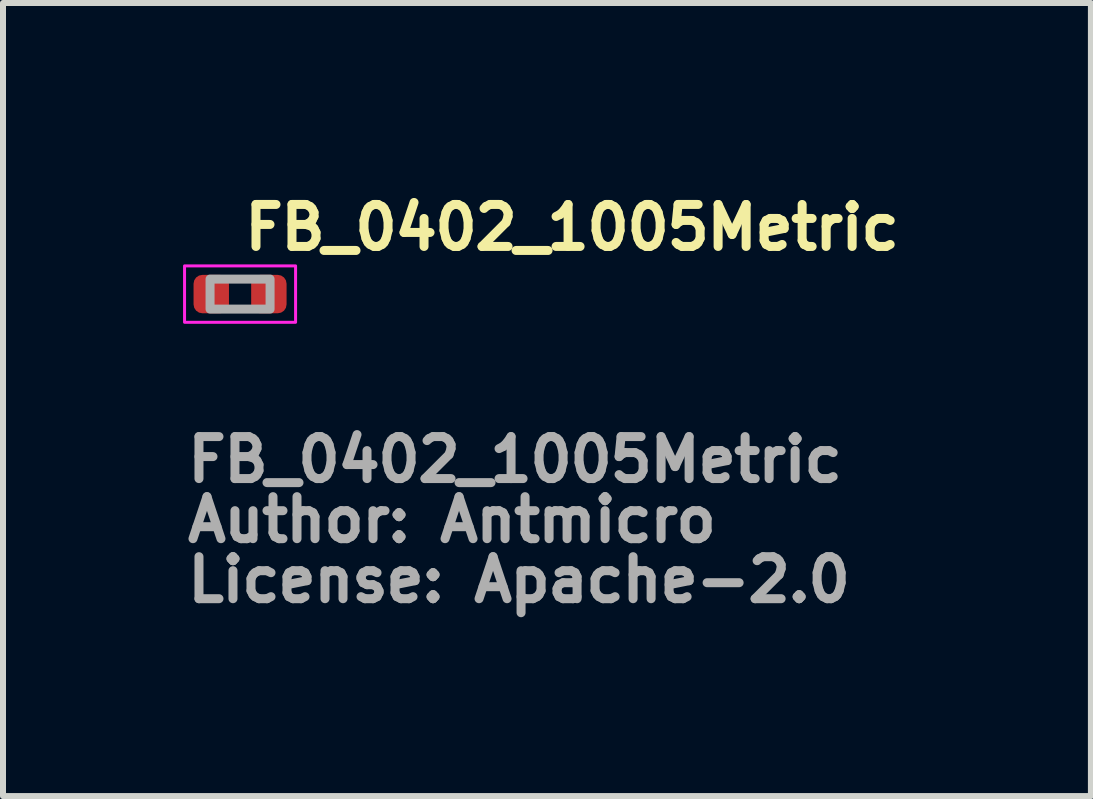
<source format=kicad_pcb>
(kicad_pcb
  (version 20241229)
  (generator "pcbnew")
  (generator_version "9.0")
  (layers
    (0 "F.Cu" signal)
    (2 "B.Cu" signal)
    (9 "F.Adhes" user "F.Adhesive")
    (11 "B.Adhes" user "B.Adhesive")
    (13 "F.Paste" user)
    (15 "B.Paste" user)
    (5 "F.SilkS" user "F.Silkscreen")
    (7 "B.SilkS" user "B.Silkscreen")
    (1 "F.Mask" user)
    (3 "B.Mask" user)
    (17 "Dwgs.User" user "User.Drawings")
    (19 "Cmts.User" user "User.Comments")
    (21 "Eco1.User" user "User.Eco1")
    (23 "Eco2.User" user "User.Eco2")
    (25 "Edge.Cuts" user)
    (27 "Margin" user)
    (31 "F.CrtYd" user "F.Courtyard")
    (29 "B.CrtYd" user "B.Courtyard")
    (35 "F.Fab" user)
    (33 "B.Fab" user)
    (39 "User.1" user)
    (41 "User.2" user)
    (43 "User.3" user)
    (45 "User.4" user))
  (footprint "FB_0402_1005Metric"
    (layer "F.Cu")
    (at 0.95 1.85)
    (property "Reference" "FB_0402_1005Metric" (at 0 -0.7 0) (layer "F.SilkS") (effects (font (size 0.7 0.7) (thickness 0.15)) (justify left bottom)))
    (attr smd)
    (fp_rect (start -0.925 -0.47) (end 0.925 0.47) (stroke (width 0.05) (type default)) (fill no) (layer "F.CrtYd"))
    (fp_rect (start -0.5 -0.25) (end 0.5 0.25) (stroke (width 0.15) (type solid)) (fill no) (layer "F.Fab"))
    (fp_rect (start -0.5 -0.25) (end 0.5 0.25) (stroke (width 0.1) (type solid)) (fill no) (layer "User.5"))
    (fp_line (start -0.5 0.248) (end -0.5 -0.25) (stroke (width 0.02) (type solid)) (layer "User.9"))
    (fp_line (start -0.25 -0.25) (end -0.5 -0.25) (stroke (width 0.02) (type solid)) (layer "User.9"))
    (fp_line (start -0.25 0.248) (end -0.5 0.248) (stroke (width 0.02) (type solid)) (layer "User.9"))
    (fp_line (start -0.25 0.248) (end -0.25 -0.25) (stroke (width 0.02) (type solid)) (layer "User.9"))
    (fp_line (start 0.248 -0.25) (end 0.248 0.248) (stroke (width 0.02) (type solid)) (layer "User.9"))
    (fp_line (start 0.248 -0.232) (end -0.25 -0.232) (stroke (width 0.02) (type solid)) (layer "User.9"))
    (fp_line (start 0.248 0.23) (end -0.25 0.23) (stroke (width 0.02) (type solid)) (layer "User.9"))
    (fp_line (start 0.248 0.248) (end 0.498 0.248) (stroke (width 0.02) (type solid)) (layer "User.9"))
    (fp_line (start 0.498 -0.25) (end 0.248 -0.25) (stroke (width 0.02) (type solid)) (layer "User.9"))
    (fp_line (start 0.498 0.248) (end 0.498 -0.25) (stroke (width 0.02) (type solid)) (layer "User.9"))
    (fp_text user "Author: Antmicro" (at -0.95 4.169 0) (layer "F.Fab") (effects (font (size 0.7 0.7) (thickness 0.15)) (justify left bottom)))
    (fp_text user "${REFERENCE}" (at -0.95 3.168 0) (layer "F.Fab") (effects (font (size 0.7 0.7) (thickness 0.15)) (justify left bottom)))
    (fp_text user "License: Apache-2.0" (at -0.95 5.169 0) (layer "F.Fab") (effects (font (size 0.7 0.7) (thickness 0.15)) (justify left bottom)))
    (pad "1" smd roundrect (at -0.48 0) (size 0.59 0.64) (layers "F.Cu" "F.Mask" "F.Paste") (roundrect_rratio 0.25))
    (pad "2" smd roundrect (at 0.48 0) (size 0.59 0.64) (layers "F.Cu" "F.Mask" "F.Paste") (roundrect_rratio 0.25)))
  (gr_rect
    (start -3 -3)
    (end 15.127 10.214)
    (stroke (width 0.1) (type default))
    (fill no)
    (layer "Edge.Cuts")))
</source>
